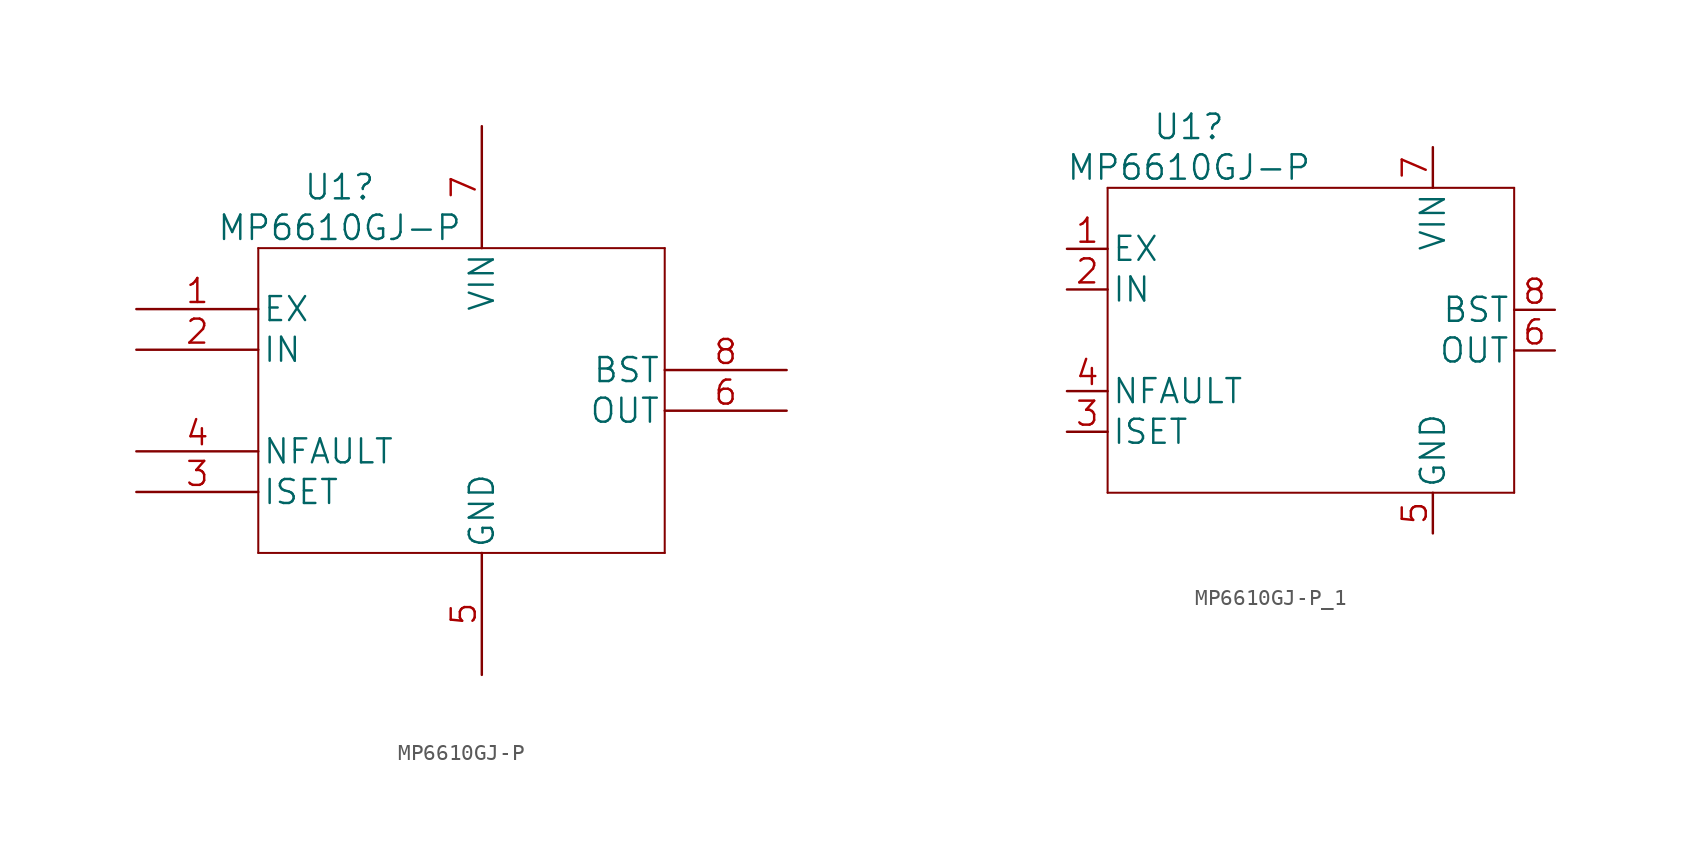
<source format=kicad_sym>
(kicad_symbol_lib
  (version 20220914)
  (generator kicad_symbol_editor)
  (symbol "MP6610GJ-P"
    (pin_names
      (offset 0.254))
    (property "Reference" "U1"
      (at 12.7 8.89 0)
      (effects (font (size 1.524 1.524))))
    (property "Value" "MP6610GJ-P"
      (at 12.7 6.35 0)
      (effects (font (size 1.524 1.524))))
    (property "Datasheet" ""
      (at 0 0 0)
      (effects (font (size 1.524 1.524))))
    (property "ki_locked" ""
      (at 0 0 0)
      (effects (font (size 1.27 1.27))))
    (symbol "MP6610GJ-P_1_1"
      (polyline (pts (xy 7.62 -13.97) (xy 33.02 -13.97)) (stroke (width 0.127) (type solid)) (fill (type none)))
      (polyline (pts (xy 7.62 5.08) (xy 7.62 -13.97)) (stroke (width 0.127) (type solid)) (fill (type none)))
      (polyline (pts (xy 33.02 -13.97) (xy 33.02 5.08)) (stroke (width 0.127) (type solid)) (fill (type none)))
      (polyline (pts (xy 33.02 5.08) (xy 7.62 5.08)) (stroke (width 0.127) (type solid)) (fill (type none)))
      (pin input line (at 0 1.27 0) (length 7.62) (name "EX" (effects (font (size 1.499 1.499)))) (number "1" (effects (font (size 1.499 1.499)))))
      (pin input line (at 0 -1.27 0) (length 7.62) (name "IN" (effects (font (size 1.499 1.499)))) (number "2" (effects (font (size 1.499 1.499)))))
      (pin passive line (at 0 -10.16 0) (length 7.62) (name "ISET" (effects (font (size 1.499 1.499)))) (number "3" (effects (font (size 1.499 1.499)))))
      (pin passive line (at 0 -7.62 0) (length 7.62) (name "NFAULT" (effects (font (size 1.499 1.499)))) (number "4" (effects (font (size 1.499 1.499)))))
      (pin power_in line (at 21.59 -21.59 90) (length 7.62) (name "GND" (effects (font (size 1.499 1.499)))) (number "5" (effects (font (size 1.499 1.499)))))
      (pin output line (at 40.64 -5.08 180) (length 7.62) (name "OUT" (effects (font (size 1.499 1.499)))) (number "6" (effects (font (size 1.499 1.499)))))
      (pin power_in line (at 21.59 12.7 270) (length 7.62) (name "VIN" (effects (font (size 1.499 1.499)))) (number "7" (effects (font (size 1.499 1.499)))))
      (pin passive line (at 40.64 -2.54 180) (length 7.62) (name "BST" (effects (font (size 1.499 1.499)))) (number "8" (effects (font (size 1.499 1.499)))))))
  (symbol "MP6610GJ-P_1"
    (pin_names
      (offset 0.254))
    (property "Reference" "U1"
      (at 12.7 8.89 0)
      (effects (font (size 1.524 1.524))))
    (property "Value" "MP6610GJ-P"
      (at 12.7 6.35 0)
      (effects (font (size 1.524 1.524))))
    (property "Datasheet" ""
      (at 0 0 0)
      (effects (font (size 1.524 1.524))))
    (property "ki_locked" ""
      (at 0 0 0)
      (effects (font (size 1.27 1.27))))
    (symbol "MP6610GJ-P_1_1_1"
      (polyline (pts (xy 7.62 -13.97) (xy 33.02 -13.97)) (stroke (width 0.127) (type solid)) (fill (type none)))
      (polyline (pts (xy 7.62 5.08) (xy 7.62 -13.97)) (stroke (width 0.127) (type solid)) (fill (type none)))
      (polyline (pts (xy 33.02 -13.97) (xy 33.02 5.08)) (stroke (width 0.127) (type solid)) (fill (type none)))
      (polyline (pts (xy 33.02 5.08) (xy 7.62 5.08)) (stroke (width 0.127) (type solid)) (fill (type none)))
      (pin input line (at 5.08 1.27 0) (length 2.54) (name "EX" (effects (font (size 1.499 1.499)))) (number "1" (effects (font (size 1.499 1.499)))))
      (pin input line (at 5.08 -1.27 0) (length 2.54) (name "IN" (effects (font (size 1.499 1.499)))) (number "2" (effects (font (size 1.499 1.499)))))
      (pin passive line (at 5.08 -10.16 0) (length 2.54) (name "ISET" (effects (font (size 1.499 1.499)))) (number "3" (effects (font (size 1.499 1.499)))))
      (pin passive line (at 5.08 -7.62 0) (length 2.54) (name "NFAULT" (effects (font (size 1.499 1.499)))) (number "4" (effects (font (size 1.499 1.499)))))
      (pin power_in line (at 27.94 -16.51 90) (length 2.54) (name "GND" (effects (font (size 1.499 1.499)))) (number "5" (effects (font (size 1.499 1.499)))))
      (pin output line (at 35.56 -5.08 180) (length 2.54) (name "OUT" (effects (font (size 1.499 1.499)))) (number "6" (effects (font (size 1.499 1.499)))))
      (pin power_in line (at 27.94 7.62 270) (length 2.54) (name "VIN" (effects (font (size 1.499 1.499)))) (number "7" (effects (font (size 1.499 1.499)))))
      (pin passive line (at 35.56 -2.54 180) (length 2.54) (name "BST" (effects (font (size 1.499 1.499)))) (number "8" (effects (font (size 1.499 1.499))))))))
</source>
